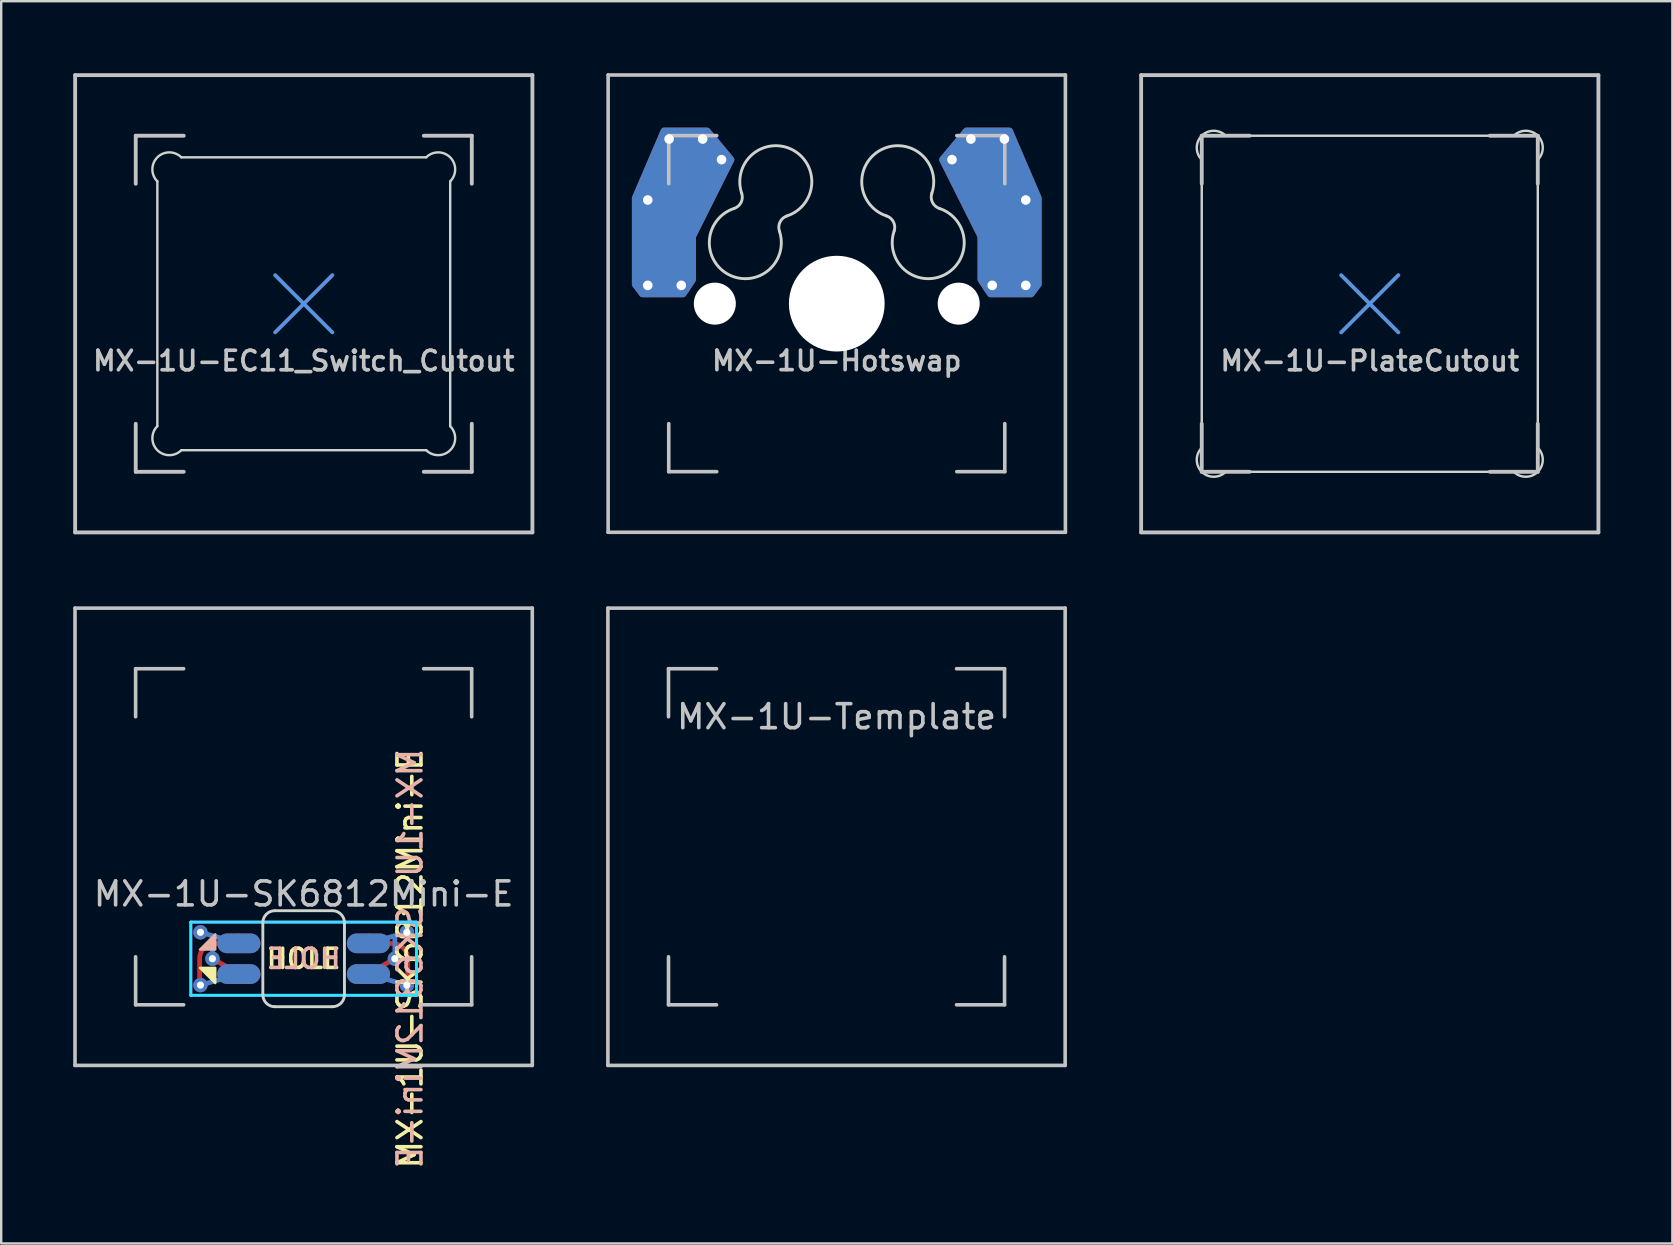
<source format=kicad_pcb>
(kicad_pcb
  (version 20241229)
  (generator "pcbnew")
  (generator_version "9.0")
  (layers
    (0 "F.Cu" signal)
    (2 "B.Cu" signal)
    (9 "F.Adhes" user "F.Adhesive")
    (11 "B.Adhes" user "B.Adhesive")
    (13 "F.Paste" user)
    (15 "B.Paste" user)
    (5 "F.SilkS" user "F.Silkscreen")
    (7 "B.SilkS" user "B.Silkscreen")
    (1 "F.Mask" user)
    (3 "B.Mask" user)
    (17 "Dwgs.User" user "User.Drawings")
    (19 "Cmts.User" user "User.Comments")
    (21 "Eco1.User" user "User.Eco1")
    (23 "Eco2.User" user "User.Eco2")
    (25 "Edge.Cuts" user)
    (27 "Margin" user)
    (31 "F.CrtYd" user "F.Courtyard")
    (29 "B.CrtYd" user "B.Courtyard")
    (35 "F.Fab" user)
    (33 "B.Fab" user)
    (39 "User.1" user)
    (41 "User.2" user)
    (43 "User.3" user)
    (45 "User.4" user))
  (footprint "MX-1U-Template"
    (layer "F.Cu")
    (at 31.8 31.81)
    (property "Reference" "MX-1U-Template" (at 0 -5 0) (layer "Dwgs.User") (effects (font (size 1 1) (thickness 0.15))))
    (attr through_hole)
    (fp_line (start -9.525 -9.525) (end 9.525 -9.525) (stroke (width 0.15) (type solid)) (layer "Dwgs.User"))
    (fp_line (start -9.525 9.525) (end -9.525 -9.525) (stroke (width 0.15) (type solid)) (layer "Dwgs.User"))
    (fp_line (start -7 -7) (end -7 -5) (stroke (width 0.15) (type solid)) (layer "Dwgs.User"))
    (fp_line (start -7 5) (end -7 7) (stroke (width 0.15) (type solid)) (layer "Dwgs.User"))
    (fp_line (start -7 7) (end -5 7) (stroke (width 0.15) (type solid)) (layer "Dwgs.User"))
    (fp_line (start -5 -7) (end -7 -7) (stroke (width 0.15) (type solid)) (layer "Dwgs.User"))
    (fp_line (start 5 -7) (end 7 -7) (stroke (width 0.15) (type solid)) (layer "Dwgs.User"))
    (fp_line (start 5 7) (end 7 7) (stroke (width 0.15) (type solid)) (layer "Dwgs.User"))
    (fp_line (start 7 -7) (end 7 -5) (stroke (width 0.15) (type solid)) (layer "Dwgs.User"))
    (fp_line (start 7 7) (end 7 5) (stroke (width 0.15) (type solid)) (layer "Dwgs.User"))
    (fp_line (start 9.525 -9.525) (end 9.525 9.525) (stroke (width 0.15) (type solid)) (layer "Dwgs.User"))
    (fp_line (start 9.525 9.525) (end -9.525 9.525) (stroke (width 0.15) (type solid)) (layer "Dwgs.User")))
  (footprint "MX-1U-Hotswap"
    (layer "F.Cu")
    (at 31.81 9.6)
    (property "Reference" "MX-1U-Hotswap" (at 0 2.381 0) (layer "Dwgs.User") (effects (font (size 0.813 0.813) (thickness 0.152))))
    (attr through_hole)
    (fp_line (start -9.525 -9.525) (end 9.525 -9.525) (stroke (width 0.15) (type solid)) (layer "Dwgs.User"))
    (fp_line (start -9.525 9.525) (end -9.525 -9.525) (stroke (width 0.15) (type solid)) (layer "Dwgs.User"))
    (fp_line (start -7 -7) (end -7 -5) (stroke (width 0.15) (type solid)) (layer "Dwgs.User"))
    (fp_line (start -7 5) (end -7 7) (stroke (width 0.15) (type solid)) (layer "Dwgs.User"))
    (fp_line (start -7 7) (end -5 7) (stroke (width 0.15) (type solid)) (layer "Dwgs.User"))
    (fp_line (start -5 -7) (end -7 -7) (stroke (width 0.15) (type solid)) (layer "Dwgs.User"))
    (fp_line (start 5 -7) (end 7 -7) (stroke (width 0.15) (type solid)) (layer "Dwgs.User"))
    (fp_line (start 5 7) (end 7 7) (stroke (width 0.15) (type solid)) (layer "Dwgs.User"))
    (fp_line (start 7 -7) (end 7 -5) (stroke (width 0.15) (type solid)) (layer "Dwgs.User"))
    (fp_line (start 7 7) (end 7 5) (stroke (width 0.15) (type solid)) (layer "Dwgs.User"))
    (fp_line (start 9.525 -9.525) (end 9.525 9.525) (stroke (width 0.15) (type solid)) (layer "Dwgs.User"))
    (fp_line (start 9.525 9.525) (end -9.525 9.525) (stroke (width 0.15) (type solid)) (layer "Dwgs.User"))
    (fp_line (start -1.191 -1.191) (end 1.191 1.191) (stroke (width 0.12) (type solid)) (layer "Cmts.User"))
    (fp_line (start -1.191 1.191) (end 1.191 -1.191) (stroke (width 0.12) (type solid)) (layer "Cmts.User"))
    (fp_arc (start -3.96108 -4.600241) (mid -3.987242 -4.216863) (end -4.277581 -3.965135) (stroke (width 0.12) (type solid)) (layer "Edge.Cuts"))
    (fp_arc (start -3.96108 -4.600241) (mid -1.869375 -6.421603) (end -2.070859 -3.655379) (stroke (width 0.12) (type solid)) (layer "Edge.Cuts"))
    (fp_arc (start -2.389 -3.02) (mid -4.481247 -1.198706) (end -4.277581 -3.965135) (stroke (width 0.12) (type solid)) (layer "Edge.Cuts"))
    (fp_arc (start -2.389 -3.02) (mid -2.362333 -3.403985) (end -2.070858 -3.655378) (stroke (width 0.12) (type solid)) (layer "Edge.Cuts"))
    (fp_arc (start 2.070858 -3.655378) (mid 2.362333 -3.403985) (end 2.389 -3.02) (stroke (width 0.12) (type solid)) (layer "Edge.Cuts"))
    (fp_arc (start 2.070859 -3.655379) (mid 1.869375 -6.421604) (end 3.96108 -4.600241) (stroke (width 0.12) (type solid)) (layer "Edge.Cuts"))
    (fp_arc (start 4.277581 -3.965135) (mid 4.481247 -1.198706) (end 2.389 -3.02) (stroke (width 0.12) (type solid)) (layer "Edge.Cuts"))
    (fp_arc (start 4.277581 -3.965135) (mid 3.987242 -4.216863) (end 3.96108 -4.600241) (stroke (width 0.12) (type solid)) (layer "Edge.Cuts"))
    (pad "" np_thru_hole circle (at -5.08 0 48) (size 1.75 1.75) (drill 1.75) (layers "*.Cu" "*.Mask"))
    (pad "" np_thru_hole circle (at 0 0) (size 3.988 3.988) (drill 3.988) (layers "*.Cu" "*.Mask"))
    (pad "" np_thru_hole circle (at 5.08 0 48) (size 1.75 1.75) (drill 1.75) (layers "*.Cu" "*.Mask"))
    (pad "1" thru_hole circle (at -7.874 -4.318) (size 0.8 0.8) (drill 0.4) (layers "*.Cu"))
    (pad "1" thru_hole circle (at -7.874 -0.762) (size 0.8 0.8) (drill 0.4) (layers "*.Cu"))
    (pad "1" smd custom (at -7.285 -2.54 180) (size 2.35 2.5) (layers "B.Cu") (options (anchor rect)) (primitives (gr_poly (pts (xy -1.285 -1.54) (xy -1.285 0.26) (xy -2.885 3.46) (xy -1.885 4.66) (xy -0.085 4.66) (xy 1.115 1.86) (xy 1.115 -1.74) (xy 0.815 -2.14) (xy -0.885 -2.14)) (width 0.27) (fill yes))))
    (pad "1" smd rect (at -7.2 -2.54 180) (size 2.35 2.5) (layers "B.Cu" "B.Mask" "B.Paste"))
    (pad "1" thru_hole circle (at -6.985 -6.858) (size 0.8 0.8) (drill 0.4) (layers "*.Cu"))
    (pad "1" smd custom (at -6.499 -5.067 180) (size 2.15 2.5) (layers "F.Cu") (options (anchor rect)) (primitives (gr_poly (pts (xy -0.499 -4.067) (xy -0.499 -2.267) (xy -2.099 0.933) (xy -1.099 2.133) (xy 0.701 2.133) (xy 1.901 -0.667) (xy 1.901 -4.267) (xy 1.601 -4.667) (xy -0.099 -4.667)) (width 0.27) (fill yes))))
    (pad "1" thru_hole circle (at -6.477 -0.762) (size 0.8 0.8) (drill 0.4) (layers "*.Cu"))
    (pad "1" smd rect (at -6.399 -5.067 180) (size 2.15 2.5) (layers "F.Cu" "F.Mask" "F.Paste"))
    (pad "1" thru_hole circle (at -5.588 -6.858) (size 0.8 0.8) (drill 0.4) (layers "*.Cu"))
    (pad "1" thru_hole circle (at -4.8 -6) (size 0.8 0.8) (drill 0.4) (layers "*.Cu"))
    (pad "2" thru_hole circle (at 4.8 -6) (size 0.8 0.8) (drill 0.4) (layers "*.Cu"))
    (pad "2" thru_hole circle (at 5.588 -6.858) (size 0.8 0.8) (drill 0.4) (layers "*.Cu"))
    (pad "2" smd rect (at 6.425 -5.067) (size 2.15 2.5) (layers "B.Cu" "B.Mask" "B.Paste"))
    (pad "2" smd custom (at 6.425 -5.067 180) (size 2.15 2.5) (layers "B.Cu") (options (anchor rect)) (primitives (gr_poly (pts (xy 0.425 -4.067) (xy 0.425 -2.267) (xy 2.025 0.933) (xy 1.025 2.133) (xy -0.775 2.133) (xy -1.975 -0.667) (xy -1.975 -4.267) (xy -1.675 -4.667) (xy 0.025 -4.667)) (width 0.27) (fill yes))))
    (pad "2" thru_hole circle (at 6.477 -0.762) (size 0.8 0.8) (drill 0.4) (layers "*.Cu"))
    (pad "2" thru_hole circle (at 6.985 -6.858) (size 0.8 0.8) (drill 0.4) (layers "*.Cu"))
    (pad "2" smd rect (at 7.212 -2.54) (size 2.35 2.5) (layers "F.Cu" "F.Mask" "F.Paste"))
    (pad "2" smd custom (at 7.212 -2.54 180) (size 2.35 2.5) (layers "F.Cu") (options (anchor rect)) (primitives (gr_poly (pts (xy 1.212 -1.54) (xy 1.212 0.26) (xy 2.812 3.46) (xy 1.812 4.66) (xy 0.012 4.66) (xy -1.188 1.86) (xy -1.188 -1.74) (xy -0.888 -2.14) (xy 0.812 -2.14)) (width 0.27) (fill yes))))
    (pad "2" thru_hole circle (at 7.874 -4.318) (size 0.8 0.8) (drill 0.4) (layers "*.Cu"))
    (pad "2" thru_hole circle (at 7.874 -0.762) (size 0.8 0.8) (drill 0.4) (layers "*.Cu")))
  (footprint "MX-1U-SK6812Mini-E"
    (layer "F.Cu")
    (at 9.6 31.81)
    (property "Reference" "MX-1U-SK6812Mini-E" (at 0 2.381 0) (layer "Dwgs.User") (effects (font (size 1 1) (thickness 0.15))))
    (attr through_hole)
    (fp_poly (pts (xy -4.318 5.461) (xy -3.683 5.461) (xy -3.683 6.096)) (stroke (width 0.1) (type solid)) (fill yes) (layer "F.SilkS"))
    (fp_poly (pts (xy -3.683 4.064) (xy -3.683 4.699) (xy -4.318 4.699)) (stroke (width 0.1) (type solid)) (fill yes) (layer "B.SilkS"))
    (fp_line (start -9.525 -9.525) (end 9.525 -9.525) (stroke (width 0.15) (type solid)) (layer "Dwgs.User"))
    (fp_line (start -9.525 9.525) (end -9.525 -9.525) (stroke (width 0.15) (type solid)) (layer "Dwgs.User"))
    (fp_line (start -7 -7) (end -7 -5) (stroke (width 0.15) (type solid)) (layer "Dwgs.User"))
    (fp_line (start -7 5) (end -7 7) (stroke (width 0.15) (type solid)) (layer "Dwgs.User"))
    (fp_line (start -7 7) (end -5 7) (stroke (width 0.15) (type solid)) (layer "Dwgs.User"))
    (fp_line (start -5 -7) (end -7 -7) (stroke (width 0.15) (type solid)) (layer "Dwgs.User"))
    (fp_line (start 5 -7) (end 7 -7) (stroke (width 0.15) (type solid)) (layer "Dwgs.User"))
    (fp_line (start 5 7) (end 7 7) (stroke (width 0.15) (type solid)) (layer "Dwgs.User"))
    (fp_line (start 7 -7) (end 7 -5) (stroke (width 0.15) (type solid)) (layer "Dwgs.User"))
    (fp_line (start 7 7) (end 7 5) (stroke (width 0.15) (type solid)) (layer "Dwgs.User"))
    (fp_line (start 9.525 -9.525) (end 9.525 9.525) (stroke (width 0.15) (type solid)) (layer "Dwgs.User"))
    (fp_line (start 9.525 9.525) (end -9.525 9.525) (stroke (width 0.15) (type solid)) (layer "Dwgs.User"))
    (fp_line (start -1.7 3.58) (end -1.7 6.58) (stroke (width 0.12) (type solid)) (layer "Edge.Cuts"))
    (fp_line (start -1.2 3.08) (end 1.2 3.08) (stroke (width 0.12) (type solid)) (layer "Edge.Cuts"))
    (fp_line (start -1.2 7.08) (end 1.2 7.08) (stroke (width 0.12) (type solid)) (layer "Edge.Cuts"))
    (fp_line (start 1.7 6.58) (end 1.7 3.58) (stroke (width 0.12) (type solid)) (layer "Edge.Cuts"))
    (fp_arc (start -1.7 3.58) (mid -1.553553 3.226447) (end -1.2 3.08) (stroke (width 0.12) (type solid)) (layer "Edge.Cuts"))
    (fp_arc (start -1.2 7.08) (mid -1.553553 6.933553) (end -1.7 6.58) (stroke (width 0.12) (type solid)) (layer "Edge.Cuts"))
    (fp_arc (start 1.2 3.08) (mid 1.553553 3.226447) (end 1.7 3.58) (stroke (width 0.12) (type solid)) (layer "Edge.Cuts"))
    (fp_arc (start 1.7 6.58) (mid 1.553553 6.933553) (end 1.2 7.08) (stroke (width 0.12) (type solid)) (layer "Edge.Cuts"))
    (fp_line (start -4.7 3.556) (end 4.7 3.556) (stroke (width 0.12) (type solid)) (layer "B.CrtYd"))
    (fp_line (start -4.7 6.604) (end -4.7 3.556) (stroke (width 0.12) (type solid)) (layer "B.CrtYd"))
    (fp_line (start 4.7 3.556) (end 4.7 6.604) (stroke (width 0.12) (type solid)) (layer "B.CrtYd"))
    (fp_line (start 4.7 6.604) (end -4.7 6.604) (stroke (width 0.12) (type solid)) (layer "B.CrtYd"))
    (fp_line (start -4.7 3.556) (end -4.7 6.604) (stroke (width 0.12) (type solid)) (layer "F.CrtYd"))
    (fp_line (start -4.7 3.556) (end 4.7 3.556) (stroke (width 0.12) (type solid)) (layer "F.CrtYd"))
    (fp_line (start 4.7 3.556) (end 4.7 6.604) (stroke (width 0.12) (type solid)) (layer "F.CrtYd"))
    (fp_line (start 4.7 6.604) (end -4.7 6.604) (stroke (width 0.12) (type solid)) (layer "F.CrtYd"))
    (fp_text user "HOLE" (at 0 5.08 0) (layer "F.SilkS") (effects (font (size 0.8 0.8) (thickness 0.15))))
    (fp_text user "${REFERENCE}" (at 4.432 5.08 90) (layer "F.SilkS") (effects (font (size 1 1) (thickness 0.15))))
    (fp_text user "HOLE" (at 0 5.08 0) (layer "B.SilkS") (effects (font (size 0.8 0.8) (thickness 0.15)) (justify mirror)))
    (fp_text user "${REFERENCE}" (at 4.432 5.08 90) (layer "B.SilkS") (effects (font (size 1 1) (thickness 0.15)) (justify mirror)))
    (pad "1" smd custom (at 2.7 4.44) (size 0.8 0.8) (layers "F.Cu") (options (anchor circle)) (primitives (gr_line (start 0.999 0.005) (end 0 0.005) (width 0.2)) (gr_arc (start 0.999 0.005) (mid 1.448013 0.190987) (end 1.634 0.64) (width 0.2)) (gr_line (start 1.634 0.64) (end 1.634 1.74) (width 0.2))))
    (pad "1" smd oval (at 2.7 4.44) (size 1.8 0.82) (layers "F.Cu" "F.Mask" "F.Paste"))
    (pad "1" smd custom (at 2.7 5.72) (size 0.8 0.8) (layers "B.Cu") (options (anchor circle)) (primitives (gr_line (start 1.6 0.46) (end -0.033 -0.005) (width 0.2))))
    (pad "1" smd oval (at 2.7 5.72) (size 1.8 0.82) (layers "B.Cu" "B.Mask" "B.Paste"))
    (pad "1" thru_hole circle (at 4.3 6.18) (size 0.6 0.6) (drill 0.3) (layers "*.Cu"))
    (pad "2" smd custom (at 2.7 4.44) (size 0.8 0.8) (layers "B.Cu") (options (anchor circle)) (primitives (gr_line (start 1.1 0.64) (end 1.1 -0.26) (width 0.2)) (gr_line (start -0.033 0.005) (end 1.6 -0.46) (width 0.2))))
    (pad "2" smd oval (at 2.7 4.44) (size 1.8 0.82) (layers "B.Cu" "B.Mask" "B.Paste"))
    (pad "2" smd custom (at 2.7 5.72) (size 0.8 0.8) (layers "F.Cu") (options (anchor circle)) (primitives (gr_line (start 1.1 -0.64) (end -0.033 -0.005) (width 0.2))))
    (pad "2" smd oval (at 2.7 5.72) (size 1.8 0.82) (layers "F.Cu" "F.Mask" "F.Paste"))
    (pad "2" thru_hole circle (at 3.8 5.08) (size 0.6 0.6) (drill 0.3) (layers "*.Cu"))
    (pad "2" thru_hole circle (at 4.3 3.98) (size 0.6 0.6) (drill 0.3) (layers "*.Cu"))
    (pad "3" thru_hole circle (at -4.3 3.98) (size 0.6 0.6) (drill 0.3) (layers "*.Cu"))
    (pad "3" thru_hole circle (at -3.8 5.08) (size 0.6 0.6) (drill 0.3) (layers "*.Cu"))
    (pad "3" smd custom (at -2.7 4.44) (size 0.8 0.8) (layers "B.Cu") (options (anchor circle)) (primitives (gr_line (start -1.1 0.64) (end -1.1 -0.26) (width 0.2)) (gr_line (start 0.033 0.005) (end -1.6 -0.46) (width 0.2))))
    (pad "3" smd oval (at -2.7 4.44) (size 1.8 0.82) (layers "B.Cu" "B.Mask" "B.Paste"))
    (pad "3" smd custom (at -2.7 5.72) (size 0.8 0.8) (layers "F.Cu") (options (anchor circle)) (primitives (gr_line (start -1.1 -0.64) (end 0.033 -0.005) (width 0.2))))
    (pad "3" smd oval (at -2.7 5.72) (size 1.8 0.82) (layers "F.Cu" "F.Mask" "F.Paste"))
    (pad "4" thru_hole circle (at -4.3 6.18) (size 0.6 0.6) (drill 0.3) (layers "*.Cu"))
    (pad "4" smd custom (at -2.7 4.44) (size 0.8 0.8) (layers "F.Cu") (options (anchor circle)) (primitives (gr_line (start -0.999 0.005) (end 0.1 0.005) (width 0.2)) (gr_line (start -1.634 0.64) (end -1.634 1.74) (width 0.2)) (gr_arc (start -1.634 0.64) (mid -1.448013 0.190987) (end -0.999 0.005) (width 0.2))))
    (pad "4" smd oval (at -2.7 4.44) (size 1.8 0.82) (layers "F.Cu" "F.Mask" "F.Paste"))
    (pad "4" smd custom (at -2.7 5.72) (size 0.8 0.8) (layers "B.Cu") (options (anchor circle)) (primitives (gr_line (start -1.6 0.46) (end 0.033 -0.005) (width 0.2))))
    (pad "4" smd oval (at -2.7 5.72) (size 1.8 0.82) (layers "B.Cu" "B.Mask" "B.Paste")))
  (footprint "MX-1U-EC11_Switch_Cutout"
    (layer "F.Cu")
    (at 9.605 9.605)
    (property "Reference" "MX-1U-EC11_Switch_Cutout" (at 0 2.381 0) (layer "Dwgs.User") (effects (font (size 0.813 0.813) (thickness 0.152))))
    (attr exclude_from_pos_files exclude_from_bom)
    (fp_line (start -9.525 -9.525) (end 9.525 -9.525) (stroke (width 0.16) (type solid)) (layer "Dwgs.User"))
    (fp_line (start -9.525 9.525) (end -9.525 -9.525) (stroke (width 0.16) (type solid)) (layer "Dwgs.User"))
    (fp_line (start -7 -7) (end -7 -5) (stroke (width 0.16) (type solid)) (layer "Dwgs.User"))
    (fp_line (start -7 5) (end -7 7) (stroke (width 0.16) (type solid)) (layer "Dwgs.User"))
    (fp_line (start -7 7) (end -5 7) (stroke (width 0.16) (type solid)) (layer "Dwgs.User"))
    (fp_line (start -5 -7) (end -7 -7) (stroke (width 0.16) (type solid)) (layer "Dwgs.User"))
    (fp_line (start 5 -7) (end 7 -7) (stroke (width 0.16) (type solid)) (layer "Dwgs.User"))
    (fp_line (start 5 7) (end 7 7) (stroke (width 0.16) (type solid)) (layer "Dwgs.User"))
    (fp_line (start 7 -7) (end 7 -5) (stroke (width 0.16) (type solid)) (layer "Dwgs.User"))
    (fp_line (start 7 7) (end 7 5) (stroke (width 0.16) (type solid)) (layer "Dwgs.User"))
    (fp_line (start 9.525 -9.525) (end 9.525 9.525) (stroke (width 0.16) (type solid)) (layer "Dwgs.User"))
    (fp_line (start 9.525 9.525) (end -9.525 9.525) (stroke (width 0.16) (type solid)) (layer "Dwgs.User"))
    (fp_line (start -1.191 -1.191) (end 1.191 1.191) (stroke (width 0.16) (type solid)) (layer "Cmts.User"))
    (fp_line (start -1.191 1.191) (end 1.191 -1.191) (stroke (width 0.16) (type solid)) (layer "Cmts.User"))
    (fp_line (start -6.1 5.1) (end -6.1 -5.1) (stroke (width 0.1) (type solid)) (layer "Edge.Cuts"))
    (fp_line (start -5.1 -6.1) (end 5.1 -6.1) (stroke (width 0.1) (type solid)) (layer "Edge.Cuts"))
    (fp_line (start 5.1 6.1) (end -5.1 6.1) (stroke (width 0.1) (type solid)) (layer "Edge.Cuts"))
    (fp_line (start 6.1 -5.1) (end 6.1 5.1) (stroke (width 0.1) (type solid)) (layer "Edge.Cuts"))
    (fp_arc (start -6.1 -5.1) (mid -6.1 -6.1) (end -5.1 -6.1) (stroke (width 0.1) (type solid)) (layer "Edge.Cuts"))
    (fp_arc (start -5.1 6.1) (mid -6.1 6.1) (end -6.1 5.1) (stroke (width 0.1) (type solid)) (layer "Edge.Cuts"))
    (fp_arc (start 5.1 -6.1) (mid 6.1 -6.1) (end 6.1 -5.1) (stroke (width 0.1) (type solid)) (layer "Edge.Cuts"))
    (fp_arc (start 6.1 5.1) (mid 6.1 6.1) (end 5.1 6.1) (stroke (width 0.1) (type solid)) (layer "Edge.Cuts")))
  (footprint "MX-1U-PlateCutout"
    (layer "F.Cu")
    (at 54.015 9.605)
    (property "Reference" "MX-1U-PlateCutout" (at 0 2.381 0) (layer "Dwgs.User") (effects (font (size 0.813 0.813) (thickness 0.152))))
    (attr exclude_from_pos_files exclude_from_bom)
    (fp_line (start -9.525 -9.525) (end 9.525 -9.525) (stroke (width 0.16) (type solid)) (layer "Dwgs.User"))
    (fp_line (start -9.525 9.525) (end -9.525 -9.525) (stroke (width 0.16) (type solid)) (layer "Dwgs.User"))
    (fp_line (start -7 -7) (end -7 -5) (stroke (width 0.16) (type solid)) (layer "Dwgs.User"))
    (fp_line (start -7 5) (end -7 7) (stroke (width 0.16) (type solid)) (layer "Dwgs.User"))
    (fp_line (start -7 7) (end -5 7) (stroke (width 0.16) (type solid)) (layer "Dwgs.User"))
    (fp_line (start -5 -7) (end -7 -7) (stroke (width 0.16) (type solid)) (layer "Dwgs.User"))
    (fp_line (start 5 -7) (end 7 -7) (stroke (width 0.16) (type solid)) (layer "Dwgs.User"))
    (fp_line (start 5 7) (end 7 7) (stroke (width 0.16) (type solid)) (layer "Dwgs.User"))
    (fp_line (start 7 -7) (end 7 -5) (stroke (width 0.16) (type solid)) (layer "Dwgs.User"))
    (fp_line (start 7 7) (end 7 5) (stroke (width 0.16) (type solid)) (layer "Dwgs.User"))
    (fp_line (start 9.525 -9.525) (end 9.525 9.525) (stroke (width 0.16) (type solid)) (layer "Dwgs.User"))
    (fp_line (start 9.525 9.525) (end -9.525 9.525) (stroke (width 0.16) (type solid)) (layer "Dwgs.User"))
    (fp_line (start -1.191 -1.191) (end 1.191 1.191) (stroke (width 0.16) (type solid)) (layer "Cmts.User"))
    (fp_line (start -1.191 1.191) (end 1.191 -1.191) (stroke (width 0.16) (type solid)) (layer "Cmts.User"))
    (fp_line (start -7 6) (end -7 -6) (stroke (width 0.1) (type solid)) (layer "Edge.Cuts"))
    (fp_line (start -6 -7) (end 6 -7) (stroke (width 0.1) (type solid)) (layer "Edge.Cuts"))
    (fp_line (start 6 7) (end -6 7) (stroke (width 0.1) (type solid)) (layer "Edge.Cuts"))
    (fp_line (start 7 -6) (end 7 6) (stroke (width 0.1) (type solid)) (layer "Edge.Cuts"))
    (fp_arc (start -7 -6) (mid -7 -7) (end -6 -7) (stroke (width 0.1) (type solid)) (layer "Edge.Cuts"))
    (fp_arc (start -6 7) (mid -7 7) (end -7 6) (stroke (width 0.1) (type solid)) (layer "Edge.Cuts"))
    (fp_arc (start 6 -7) (mid 7 -7) (end 7 -6) (stroke (width 0.1) (type solid)) (layer "Edge.Cuts"))
    (fp_arc (start 7 6) (mid 7 7) (end 6 7) (stroke (width 0.1) (type solid)) (layer "Edge.Cuts")))
  (gr_rect
    (start -3 -3)
    (end 66.62 48.753)
    (stroke (width 0.1) (type default))
    (fill no)
    (layer "Edge.Cuts")))
</source>
